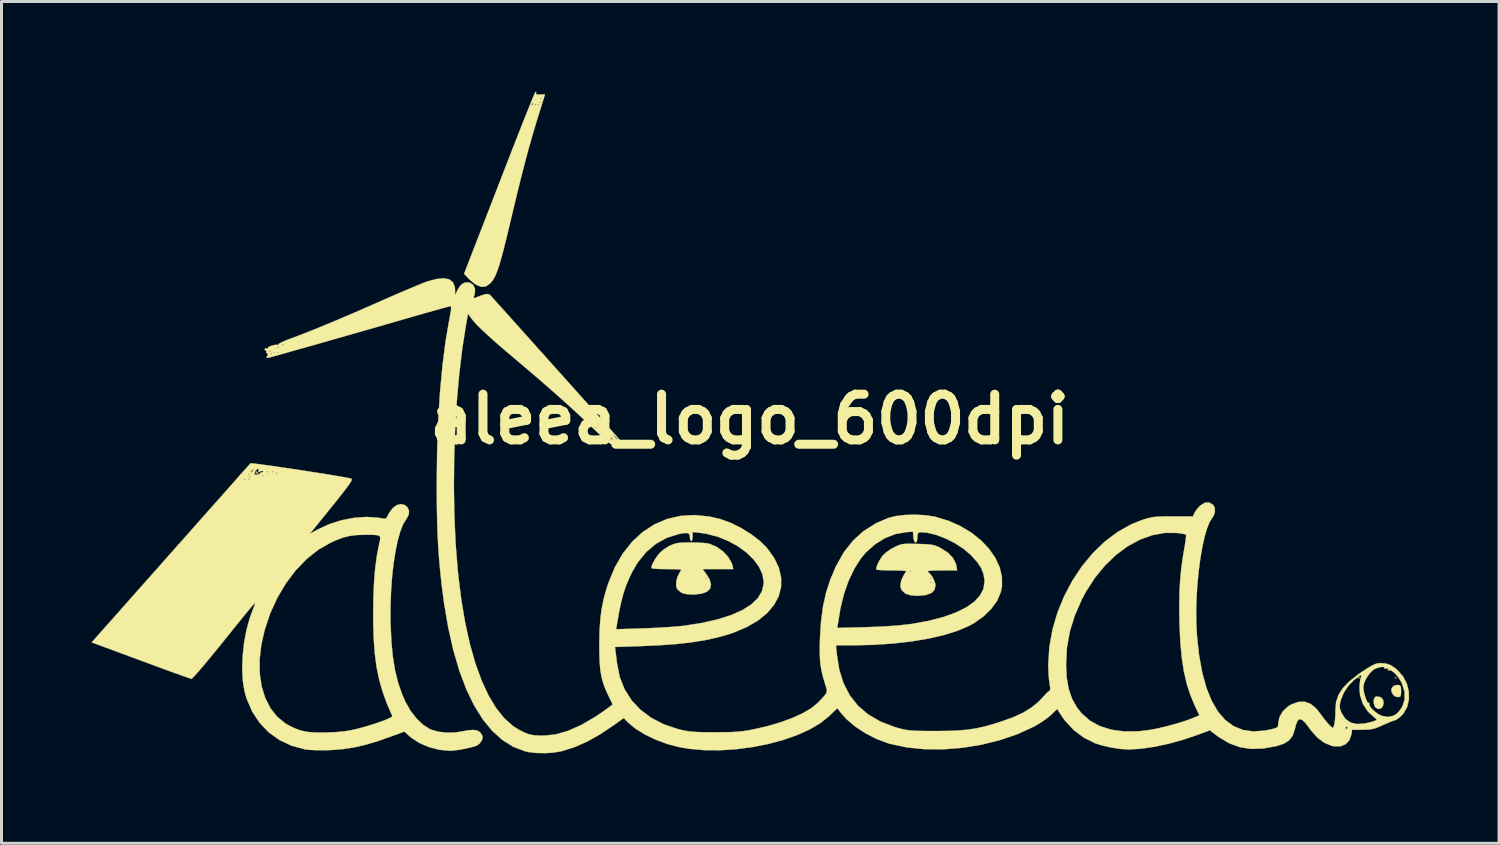
<source format=kicad_pcb>
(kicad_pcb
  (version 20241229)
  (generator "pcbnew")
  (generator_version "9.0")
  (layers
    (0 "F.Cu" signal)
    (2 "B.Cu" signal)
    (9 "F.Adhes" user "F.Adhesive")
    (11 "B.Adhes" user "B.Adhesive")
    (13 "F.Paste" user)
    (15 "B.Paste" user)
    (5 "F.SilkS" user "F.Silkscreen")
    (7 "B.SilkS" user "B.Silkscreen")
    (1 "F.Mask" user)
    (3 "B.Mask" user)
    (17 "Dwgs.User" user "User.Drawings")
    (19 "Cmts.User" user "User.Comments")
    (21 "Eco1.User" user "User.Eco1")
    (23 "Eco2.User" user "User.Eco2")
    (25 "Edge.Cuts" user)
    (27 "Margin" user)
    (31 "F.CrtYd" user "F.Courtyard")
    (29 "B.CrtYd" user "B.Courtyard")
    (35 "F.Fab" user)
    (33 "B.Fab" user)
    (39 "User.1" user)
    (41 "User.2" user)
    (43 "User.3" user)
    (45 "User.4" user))
  (footprint "aleea_logo_600dpi"
    (layer "F.Cu")
    (at 21.935 10.92)
    (property "Reference" "aleea_logo_600dpi" (at 0 0 0) (layer "F.SilkS") (effects (font (size 1.524 1.524) (thickness 0.3))))
    (attr through_hole)
    (fp_poly (pts (xy 20.32 8.615) (xy 20.299 8.636) (xy 20.278 8.615) (xy 20.299 8.594) (xy 20.32 8.615)) (stroke (width 0.01) (type solid)) (fill yes) (layer "F.SilkS"))
    (fp_poly (pts (xy 21.548 8.615) (xy 21.526 8.636) (xy 21.505 8.615) (xy 21.526 8.594) (xy 21.548 8.615)) (stroke (width 0.01) (type solid)) (fill yes) (layer "F.SilkS"))
    (fp_poly (pts (xy -16.432 1.753) (xy -16.387 1.792) (xy -16.383 1.802) (xy -16.403 1.819) (xy -16.445 1.78) (xy -16.451 1.771) (xy -16.456 1.742) (xy -16.432 1.753)) (stroke (width 0.01) (type solid)) (fill yes) (layer "F.SilkS"))
    (fp_poly (pts (xy 21.022 9.26) (xy 21.103 9.345) (xy 21.124 9.458) (xy 21.096 9.574) (xy 21.026 9.643) (xy 20.937 9.656) (xy 20.854 9.606) (xy 20.829 9.569) (xy 20.792 9.452) (xy 20.797 9.34) (xy 20.839 9.26) (xy 20.885 9.239) (xy 21.022 9.26)) (stroke (width 0.01) (type solid)) (fill yes) (layer "F.SilkS"))
    (fp_poly (pts (xy 21.599 8.856) (xy 21.665 8.87) (xy 21.696 8.913) (xy 21.705 9.008) (xy 21.706 9.059) (xy 21.701 9.18) (xy 21.678 9.239) (xy 21.627 9.26) (xy 21.611 9.261) (xy 21.509 9.238) (xy 21.448 9.193) (xy 21.383 9.076) (xy 21.39 8.966) (xy 21.458 8.886) (xy 21.577 8.855) (xy 21.599 8.856)) (stroke (width 0.01) (type solid)) (fill yes) (layer "F.SilkS"))
    (fp_poly (pts (xy -1.761 4.111) (xy -1.57 4.121) (xy -1.421 4.136) (xy -1.353 4.148) (xy -1.116 4.247) (xy -0.9 4.397) (xy -0.724 4.582) (xy -0.605 4.785) (xy -0.575 4.879) (xy -0.549 4.995) (xy -1.571 4.995) (xy -1.463 5.137) (xy -1.338 5.338) (xy -1.292 5.509) (xy -1.322 5.647) (xy -1.428 5.751) (xy -1.609 5.816) (xy -1.861 5.842) (xy -1.893 5.842) (xy -2.1 5.831) (xy -2.24 5.796) (xy -2.287 5.77) (xy -2.373 5.704) (xy -2.423 5.654) (xy -2.453 5.552) (xy -2.448 5.41) (xy -2.424 5.313) (xy -1.482 5.313) (xy -1.46 5.334) (xy -1.439 5.313) (xy -1.46 5.292) (xy -1.482 5.313) (xy -2.424 5.313) (xy -2.411 5.262) (xy -2.371 5.174) (xy -2.316 5.08) (xy -2.287 5.021) (xy -2.286 5.015) (xy -2.326 5.008) (xy -2.433 5.001) (xy -2.592 4.997) (xy -2.77 4.995) (xy -2.964 4.993) (xy -3.124 4.986) (xy -3.234 4.975) (xy -3.274 4.963) (xy -3.271 4.901) (xy -3.227 4.794) (xy -3.154 4.665) (xy -3.066 4.537) (xy -2.994 4.451) (xy -2.872 4.347) (xy -2.718 4.245) (xy -2.646 4.207) (xy -2.537 4.161) (xy -2.43 4.132) (xy -2.3 4.115) (xy -2.125 4.108) (xy -1.968 4.107) (xy -1.761 4.111)) (stroke (width 0.01) (type solid)) (fill yes) (layer "F.SilkS"))
    (fp_poly (pts (xy 5.597 4.156) (xy 5.823 4.163) (xy 5.986 4.174) (xy 6.107 4.192) (xy 6.208 4.222) (xy 6.309 4.266) (xy 6.37 4.297) (xy 6.602 4.447) (xy 6.772 4.624) (xy 6.871 4.817) (xy 6.886 4.882) (xy 6.911 5.038) (xy 6.387 5.039) (xy 6.155 5.042) (xy 6.004 5.05) (xy 5.932 5.064) (xy 5.934 5.082) (xy 6.025 5.168) (xy 6.112 5.302) (xy 6.173 5.448) (xy 6.19 5.541) (xy 6.158 5.687) (xy 6.051 5.793) (xy 5.87 5.859) (xy 5.615 5.884) (xy 5.575 5.884) (xy 5.361 5.868) (xy 5.206 5.818) (xy 5.181 5.804) (xy 5.063 5.698) (xy 5.018 5.565) (xy 5.037 5.44) (xy 6.011 5.44) (xy 6.032 5.461) (xy 6.054 5.44) (xy 6.032 5.419) (xy 6.011 5.44) (xy 5.037 5.44) (xy 5.044 5.396) (xy 5.076 5.313) (xy 6.011 5.313) (xy 6.032 5.334) (xy 6.054 5.313) (xy 6.032 5.292) (xy 6.011 5.313) (xy 5.076 5.313) (xy 5.08 5.302) (xy 5.141 5.182) (xy 5.196 5.095) (xy 5.219 5.072) (xy 5.2 5.059) (xy 5.198 5.059) (xy 5.334 5.059) (xy 5.355 5.08) (xy 5.376 5.059) (xy 5.355 5.038) (xy 5.334 5.059) (xy 5.198 5.059) (xy 5.11 5.049) (xy 4.964 5.041) (xy 4.776 5.038) (xy 4.759 5.038) (xy 4.559 5.036) (xy 4.391 5.03) (xy 4.273 5.022) (xy 4.221 5.011) (xy 4.221 5.011) (xy 4.217 4.954) (xy 4.252 4.849) (xy 4.317 4.719) (xy 4.401 4.586) (xy 4.426 4.551) (xy 4.535 4.445) (xy 4.691 4.336) (xy 4.805 4.272) (xy 4.919 4.218) (xy 5.013 4.182) (xy 5.108 4.16) (xy 5.224 4.151) (xy 5.384 4.151) (xy 5.597 4.156)) (stroke (width 0.01) (type solid)) (fill yes) (layer "F.SilkS"))
    (fp_poly (pts (xy -7.122 -10.878) (xy -7.121 -10.835) (xy -7.064 -10.819) (xy -6.984 -10.819) (xy -6.823 -10.826) (xy -6.877 -10.652) (xy -6.911 -10.541) (xy -6.963 -10.374) (xy -7.026 -10.173) (xy -7.083 -9.991) (xy -7.237 -9.478) (xy -7.398 -8.905) (xy -7.566 -8.268) (xy -7.743 -7.559) (xy -7.916 -6.837) (xy -8.03 -6.359) (xy -8.127 -5.957) (xy -8.212 -5.622) (xy -8.285 -5.347) (xy -8.35 -5.126) (xy -8.41 -4.949) (xy -8.465 -4.81) (xy -8.519 -4.701) (xy -8.574 -4.615) (xy -8.633 -4.544) (xy -8.657 -4.519) (xy -8.799 -4.424) (xy -8.953 -4.412) (xy -9.122 -4.482) (xy -9.123 -4.482) (xy -9.234 -4.565) (xy -9.355 -4.674) (xy -9.385 -4.704) (xy -9.519 -4.847) (xy -9.265 -5.503) (xy -9.202 -5.666) (xy -9.112 -5.898) (xy -8.999 -6.189) (xy -8.866 -6.531) (xy -8.718 -6.913) (xy -8.558 -7.325) (xy -8.39 -7.759) (xy -8.218 -8.204) (xy -8.099 -8.509) (xy -7.935 -8.933) (xy -7.778 -9.334) (xy -7.632 -9.705) (xy -7.5 -10.039) (xy -7.384 -10.328) (xy -7.331 -10.459) (xy -7.271 -10.459) (xy -7.265 -10.456) (xy -7.238 -10.477) (xy -7.154 -10.477) (xy -7.133 -10.456) (xy -7.112 -10.477) (xy -7.07 -10.477) (xy -7.048 -10.456) (xy -7.027 -10.477) (xy -7.048 -10.499) (xy -7.07 -10.477) (xy -7.112 -10.477) (xy -7.133 -10.499) (xy -7.154 -10.477) (xy -7.238 -10.477) (xy -7.227 -10.486) (xy -7.218 -10.499) (xy -7.207 -10.538) (xy -7.213 -10.541) (xy -7.251 -10.511) (xy -7.26 -10.499) (xy -7.271 -10.459) (xy -7.331 -10.459) (xy -7.289 -10.562) (xy -6.985 -10.562) (xy -6.964 -10.541) (xy -6.943 -10.562) (xy -6.964 -10.583) (xy -6.985 -10.562) (xy -7.289 -10.562) (xy -7.288 -10.566) (xy -7.237 -10.689) (xy -6.985 -10.689) (xy -6.964 -10.668) (xy -6.943 -10.689) (xy -6.964 -10.71) (xy -6.985 -10.689) (xy -7.237 -10.689) (xy -7.214 -10.745) (xy -7.165 -10.859) (xy -7.144 -10.901) (xy -7.115 -10.915) (xy -7.122 -10.878)) (stroke (width 0.01) (type solid)) (fill yes) (layer "F.SilkS"))
    (fp_poly (pts (xy -16.594 1.471) (xy -16.476 1.483) (xy -16.296 1.506) (xy -16.065 1.537) (xy -15.794 1.575) (xy -15.494 1.619) (xy -15.176 1.666) (xy -14.85 1.716) (xy -14.528 1.766) (xy -14.221 1.814) (xy -13.938 1.86) (xy -13.693 1.901) (xy -13.494 1.936) (xy -13.353 1.963) (xy -13.281 1.981) (xy -13.279 1.981) (xy -13.263 1.999) (xy -13.269 2.036) (xy -13.301 2.099) (xy -13.366 2.195) (xy -13.467 2.331) (xy -13.609 2.514) (xy -13.798 2.752) (xy -13.931 2.917) (xy -14.66 3.821) (xy -14.389 3.67) (xy -14.015 3.497) (xy -13.604 3.367) (xy -13.18 3.285) (xy -12.764 3.256) (xy -12.381 3.283) (xy -12.332 3.291) (xy -12.204 3.313) (xy -12.133 3.31) (xy -12.093 3.277) (xy -12.062 3.209) (xy -11.997 3.095) (xy -11.907 2.976) (xy -11.894 2.961) (xy -11.76 2.861) (xy -11.625 2.83) (xy -11.504 2.857) (xy -11.41 2.93) (xy -11.357 3.038) (xy -11.36 3.169) (xy -11.431 3.312) (xy -11.447 3.332) (xy -11.551 3.5) (xy -11.647 3.744) (xy -11.733 4.053) (xy -11.809 4.418) (xy -11.872 4.829) (xy -11.921 5.278) (xy -11.954 5.754) (xy -11.972 6.248) (xy -11.971 6.751) (xy -11.969 6.829) (xy -11.942 7.411) (xy -11.893 7.923) (xy -11.818 8.377) (xy -11.717 8.787) (xy -11.586 9.164) (xy -11.47 9.428) (xy -11.302 9.721) (xy -11.1 9.979) (xy -10.88 10.187) (xy -10.656 10.329) (xy -10.639 10.337) (xy -10.397 10.411) (xy -10.11 10.446) (xy -9.813 10.439) (xy -9.631 10.412) (xy -9.391 10.368) (xy -9.217 10.354) (xy -9.093 10.37) (xy -9.005 10.418) (xy -8.963 10.464) (xy -8.907 10.556) (xy -8.906 10.636) (xy -8.93 10.704) (xy -9.002 10.809) (xy -9.095 10.876) (xy -9.244 10.924) (xy -9.444 10.972) (xy -9.662 11.013) (xy -9.864 11.04) (xy -9.995 11.048) (xy -10.343 11.017) (xy -10.692 10.926) (xy -11.016 10.786) (xy -11.292 10.604) (xy -11.338 10.564) (xy -11.51 10.409) (xy -11.904 10.555) (xy -12.377 10.722) (xy -12.799 10.848) (xy -13.189 10.938) (xy -13.566 10.995) (xy -13.951 11.025) (xy -14.055 11.029) (xy -14.283 11.032) (xy -14.503 11.028) (xy -14.689 11.018) (xy -14.806 11.005) (xy -15.261 10.883) (xy -15.671 10.692) (xy -16.031 10.434) (xy -16.336 10.115) (xy -16.583 9.738) (xy -16.768 9.308) (xy -16.834 9.079) (xy -16.892 8.732) (xy -16.913 8.332) (xy -16.903 8.013) (xy -16.334 8.013) (xy -16.329 8.476) (xy -16.266 8.905) (xy -16.146 9.292) (xy -15.973 9.631) (xy -15.748 9.915) (xy -15.473 10.138) (xy -15.376 10.194) (xy -15.17 10.296) (xy -14.981 10.368) (xy -14.788 10.413) (xy -14.569 10.437) (xy -14.302 10.443) (xy -14.076 10.439) (xy -13.771 10.426) (xy -13.52 10.403) (xy -13.294 10.367) (xy -13.063 10.313) (xy -13.06 10.313) (xy -12.793 10.24) (xy -12.542 10.163) (xy -12.317 10.088) (xy -12.13 10.017) (xy -11.995 9.957) (xy -11.921 9.91) (xy -11.913 9.889) (xy -12.093 9.472) (xy -12.238 9.071) (xy -12.351 8.671) (xy -12.436 8.257) (xy -12.495 7.814) (xy -12.531 7.325) (xy -12.547 6.775) (xy -12.548 6.498) (xy -12.541 5.919) (xy -12.519 5.411) (xy -12.481 4.961) (xy -12.427 4.555) (xy -12.354 4.182) (xy -12.345 4.14) (xy -12.319 4.021) (xy -12.313 3.94) (xy -12.341 3.891) (xy -12.413 3.864) (xy -12.543 3.854) (xy -12.742 3.852) (xy -12.812 3.852) (xy -13.099 3.86) (xy -13.339 3.89) (xy -13.565 3.948) (xy -13.81 4.043) (xy -13.949 4.105) (xy -14.369 4.343) (xy -14.764 4.656) (xy -15.129 5.034) (xy -15.457 5.469) (xy -15.744 5.952) (xy -15.982 6.474) (xy -16.166 7.027) (xy -16.278 7.523) (xy -16.334 8.013) (xy -16.903 8.013) (xy -16.899 7.9) (xy -16.852 7.458) (xy -16.773 7.029) (xy -16.664 6.633) (xy -16.616 6.498) (xy -16.56 6.351) (xy -16.512 6.225) (xy -16.488 6.16) (xy -16.481 6.136) (xy -16.487 6.13) (xy -16.51 6.148) (xy -16.554 6.195) (xy -16.624 6.275) (xy -16.723 6.393) (xy -16.856 6.555) (xy -17.027 6.765) (xy -17.24 7.029) (xy -17.5 7.352) (xy -17.646 7.534) (xy -17.861 7.799) (xy -18.061 8.042) (xy -18.239 8.254) (xy -18.39 8.429) (xy -18.506 8.558) (xy -18.581 8.634) (xy -18.606 8.652) (xy -18.657 8.636) (xy -18.778 8.594) (xy -18.962 8.529) (xy -19.199 8.444) (xy -19.481 8.342) (xy -19.798 8.225) (xy -20.143 8.098) (xy -20.297 8.041) (xy -21.93 7.436) (xy -21.851 7.348) (xy -21.815 7.308) (xy -21.728 7.21) (xy -21.595 7.059) (xy -21.419 6.862) (xy -21.207 6.623) (xy -20.964 6.348) (xy -20.693 6.043) (xy -20.4 5.712) (xy -20.089 5.362) (xy -19.766 4.998) (xy -19.436 4.625) (xy -19.103 4.25) (xy -18.771 3.876) (xy -18.447 3.51) (xy -18.135 3.158) (xy -17.839 2.824) (xy -17.564 2.515) (xy -17.316 2.235) (xy -17.118 2.011) (xy -16.849 2.011) (xy -16.828 2.032) (xy -16.806 2.011) (xy -16.722 2.011) (xy -16.701 2.032) (xy -16.679 2.011) (xy -16.701 1.99) (xy -16.722 2.011) (xy -16.806 2.011) (xy -16.828 1.99) (xy -16.849 2.011) (xy -17.118 2.011) (xy -17.099 1.99) (xy -17.043 1.926) (xy -16.679 1.926) (xy -16.658 1.947) (xy -16.637 1.926) (xy -16.658 1.905) (xy -16.679 1.926) (xy -17.043 1.926) (xy -17.005 1.884) (xy -16.256 1.884) (xy -16.235 1.905) (xy -16.214 1.884) (xy -16.235 1.863) (xy -16.256 1.884) (xy -17.005 1.884) (xy -16.968 1.841) (xy -16.722 1.841) (xy -16.701 1.863) (xy -16.679 1.842) (xy -16.52 1.842) (xy -16.456 1.849) (xy -16.434 1.848) (xy -16.351 1.835) (xy -16.325 1.812) (xy -16.326 1.81) (xy -16.319 1.799) (xy -15.79 1.799) (xy -15.769 1.82) (xy -15.748 1.799) (xy -15.769 1.778) (xy -15.79 1.799) (xy -16.319 1.799) (xy -16.31 1.782) (xy -16.28 1.778) (xy -16.226 1.757) (xy -16.087 1.757) (xy -16.066 1.778) (xy -16.044 1.757) (xy -15.917 1.757) (xy -15.896 1.778) (xy -15.875 1.757) (xy -15.896 1.736) (xy -15.917 1.757) (xy -16.044 1.757) (xy -16.066 1.736) (xy -16.087 1.757) (xy -16.226 1.757) (xy -16.222 1.755) (xy -16.214 1.734) (xy -16.244 1.715) (xy -16.305 1.739) (xy -16.369 1.767) (xy -16.378 1.744) (xy -16.37 1.719) (xy -16.364 1.662) (xy -16.379 1.651) (xy -16.426 1.673) (xy -16.472 1.721) (xy -16.495 1.766) (xy -16.483 1.779) (xy -16.479 1.796) (xy -16.505 1.816) (xy -16.52 1.842) (xy -16.679 1.842) (xy -16.679 1.841) (xy -16.701 1.82) (xy -16.722 1.841) (xy -16.968 1.841) (xy -16.918 1.786) (xy -16.897 1.762) (xy -16.637 1.762) (xy -16.616 1.775) (xy -16.56 1.72) (xy -16.547 1.704) (xy -16.51 1.654) (xy -16.532 1.664) (xy -16.563 1.688) (xy -16.622 1.74) (xy -16.637 1.762) (xy -16.897 1.762) (xy -16.778 1.628) (xy -16.684 1.522) (xy -16.641 1.472) (xy -16.639 1.471) (xy -16.594 1.471)) (stroke (width 0.01) (type solid)) (fill yes) (layer "F.SilkS"))
    (fp_poly (pts (xy -10.013 -4.659) (xy -9.891 -4.564) (xy -9.829 -4.409) (xy -9.82 -4.309) (xy -9.819 -4.128) (xy -9.738 -4.307) (xy -9.634 -4.468) (xy -9.505 -4.552) (xy -9.358 -4.557) (xy -9.323 -4.547) (xy -9.211 -4.468) (xy -9.155 -4.34) (xy -9.162 -4.186) (xy -9.175 -4.143) (xy -9.203 -4.058) (xy -9.193 -4.032) (xy -9.152 -4.044) (xy -8.959 -4.119) (xy -8.826 -4.162) (xy -8.738 -4.173) (xy -8.677 -4.155) (xy -8.637 -4.122) (xy -8.598 -4.079) (xy -8.508 -3.979) (xy -8.373 -3.828) (xy -8.197 -3.633) (xy -7.987 -3.398) (xy -7.747 -3.131) (xy -7.484 -2.837) (xy -7.203 -2.523) (xy -6.908 -2.195) (xy -6.607 -1.858) (xy -6.303 -1.519) (xy -6.003 -1.184) (xy -5.712 -0.859) (xy -5.436 -0.55) (xy -5.179 -0.263) (xy -4.948 -0.004) (xy -4.748 0.22) (xy -4.584 0.404) (xy -4.461 0.541) (xy -4.386 0.625) (xy -4.366 0.649) (xy -4.33 0.702) (xy -4.34 0.714) (xy -4.415 0.717) (xy -4.503 0.747) (xy -4.564 0.789) (xy -4.572 0.807) (xy -4.581 0.837) (xy -4.612 0.836) (xy -4.671 0.8) (xy -4.767 0.723) (xy -4.851 0.647) (xy -4.735 0.647) (xy -4.724 0.671) (xy -4.682 0.716) (xy -4.657 0.707) (xy -4.657 0.701) (xy -4.659 0.699) (xy -4.53 0.699) (xy -4.508 0.72) (xy -4.487 0.699) (xy -4.508 0.677) (xy -4.53 0.699) (xy -4.659 0.699) (xy -4.687 0.665) (xy -4.706 0.652) (xy -4.735 0.647) (xy -4.851 0.647) (xy -4.898 0.605) (xy -4.65 0.605) (xy -4.64 0.628) (xy -4.597 0.674) (xy -4.572 0.665) (xy -4.572 0.659) (xy -4.602 0.623) (xy -4.621 0.61) (xy -4.65 0.605) (xy -4.898 0.605) (xy -4.904 0.599) (xy -4.989 0.52) (xy -4.819 0.52) (xy -4.809 0.544) (xy -4.766 0.589) (xy -4.742 0.58) (xy -4.741 0.574) (xy -4.771 0.538) (xy -4.79 0.525) (xy -4.819 0.52) (xy -4.989 0.52) (xy -5.024 0.487) (xy -4.593 0.487) (xy -4.513 0.582) (xy -4.437 0.662) (xy -4.405 0.674) (xy -4.403 0.663) (xy -4.431 0.628) (xy -4.498 0.567) (xy -4.593 0.487) (xy -5.024 0.487) (xy -5.069 0.445) (xy -4.995 0.445) (xy -4.974 0.466) (xy -4.953 0.445) (xy -4.741 0.445) (xy -4.72 0.466) (xy -4.699 0.445) (xy -4.72 0.423) (xy -4.741 0.445) (xy -4.953 0.445) (xy -4.974 0.423) (xy -4.995 0.445) (xy -5.069 0.445) (xy -5.09 0.425) (xy -5.236 0.286) (xy -5.247 0.275) (xy -5.165 0.275) (xy -5.144 0.296) (xy -5.122 0.275) (xy -5.144 0.254) (xy -5.165 0.275) (xy -5.247 0.275) (xy -5.648 -0.103) (xy -6.069 -0.49) (xy -6.513 -0.887) (xy -6.994 -1.307) (xy -7.525 -1.76) (xy -7.747 -1.947) (xy -8.13 -2.272) (xy -8.451 -2.549) (xy -8.714 -2.784) (xy -8.925 -2.98) (xy -9.089 -3.143) (xy -9.211 -3.277) (xy -9.272 -3.355) (xy -9.389 -3.514) (xy -9.456 -3.143) (xy -9.581 -2.348) (xy -9.683 -1.487) (xy -9.763 -0.576) (xy -9.819 0.368) (xy -9.851 1.33) (xy -9.859 2.293) (xy -9.842 3.241) (xy -9.8 4.159) (xy -9.731 5.03) (xy -9.713 5.207) (xy -9.609 6.04) (xy -9.478 6.809) (xy -9.321 7.512) (xy -9.14 8.147) (xy -8.934 8.711) (xy -8.706 9.204) (xy -8.455 9.622) (xy -8.182 9.963) (xy -7.889 10.225) (xy -7.676 10.359) (xy -7.497 10.447) (xy -7.345 10.502) (xy -7.19 10.532) (xy -7.001 10.544) (xy -6.853 10.545) (xy -6.472 10.505) (xy -6.061 10.388) (xy -5.62 10.192) (xy -5.151 9.92) (xy -4.904 9.753) (xy -4.761 9.651) (xy -4.65 9.569) (xy -4.584 9.517) (xy -4.572 9.505) (xy -4.589 9.463) (xy -4.635 9.367) (xy -4.698 9.238) (xy -4.804 9.009) (xy -4.884 8.795) (xy -4.942 8.579) (xy -4.981 8.342) (xy -5.003 8.067) (xy -5.013 7.737) (xy -5.013 7.493) (xy -5.005 7.046) (xy -5.002 6.999) (xy -4.451 6.999) (xy -3.549 6.97) (xy -3.243 6.958) (xy -2.932 6.942) (xy -2.638 6.923) (xy -2.382 6.903) (xy -2.188 6.883) (xy -2.18 6.882) (xy -1.586 6.788) (xy -1.065 6.669) (xy -0.617 6.527) (xy -0.245 6.361) (xy 0.051 6.173) (xy 0.269 5.963) (xy 0.407 5.732) (xy 0.464 5.481) (xy 0.466 5.429) (xy 0.425 5.173) (xy 0.309 4.918) (xy 0.127 4.672) (xy -0.111 4.441) (xy -0.396 4.233) (xy -0.72 4.055) (xy -1.072 3.915) (xy -1.444 3.819) (xy -1.64 3.789) (xy -1.905 3.759) (xy -1.905 3.912) (xy -1.915 4.011) (xy -1.941 4.062) (xy -1.947 4.064) (xy -1.981 4.028) (xy -1.99 3.969) (xy -2 3.866) (xy -2.036 3.809) (xy -2.114 3.79) (xy -2.249 3.805) (xy -2.364 3.827) (xy -2.762 3.952) (xy -3.125 4.152) (xy -3.447 4.424) (xy -3.725 4.763) (xy -3.905 5.066) (xy -4.026 5.318) (xy -4.127 5.561) (xy -4.211 5.812) (xy -4.284 6.09) (xy -4.352 6.414) (xy -4.42 6.803) (xy -4.425 6.833) (xy -4.451 6.999) (xy -5.002 6.999) (xy -4.979 6.66) (xy -4.935 6.313) (xy -4.867 5.983) (xy -4.773 5.649) (xy -4.712 5.461) (xy -4.497 4.938) (xy -4.232 4.479) (xy -3.922 4.086) (xy -3.572 3.762) (xy -3.183 3.509) (xy -2.761 3.328) (xy -2.31 3.222) (xy -1.833 3.194) (xy -1.333 3.245) (xy -0.983 3.327) (xy -0.644 3.449) (xy -0.296 3.62) (xy 0.038 3.827) (xy 0.335 4.053) (xy 0.569 4.285) (xy 0.811 4.617) (xy 0.969 4.948) (xy 1.046 5.275) (xy 1.044 5.594) (xy 0.964 5.901) (xy 0.808 6.191) (xy 0.578 6.462) (xy 0.276 6.708) (xy -0.098 6.926) (xy -0.54 7.113) (xy -0.7 7.167) (xy -1.088 7.276) (xy -1.503 7.366) (xy -1.957 7.438) (xy -2.462 7.494) (xy -3.029 7.535) (xy -3.614 7.561) (xy -4.493 7.591) (xy -4.471 7.743) (xy -4.454 7.873) (xy -4.434 8.041) (xy -4.422 8.142) (xy -4.334 8.59) (xy -4.172 8.998) (xy -3.94 9.364) (xy -3.641 9.684) (xy -3.279 9.954) (xy -2.856 10.171) (xy -2.376 10.331) (xy -2.349 10.337) (xy -2.198 10.372) (xy -2.055 10.398) (xy -1.902 10.415) (xy -1.72 10.426) (xy -1.492 10.431) (xy -1.2 10.433) (xy -1.164 10.433) (xy -0.849 10.431) (xy -0.598 10.425) (xy -0.389 10.413) (xy -0.202 10.393) (xy -0.016 10.363) (xy 0.12 10.337) (xy 0.593 10.228) (xy 1.034 10.098) (xy 1.431 9.952) (xy 1.775 9.794) (xy 2.055 9.628) (xy 2.26 9.459) (xy 2.265 9.455) (xy 2.408 9.306) (xy 2.502 9.201) (xy 2.553 9.122) (xy 2.569 9.05) (xy 2.556 8.967) (xy 2.521 8.854) (xy 2.507 8.81) (xy 2.435 8.565) (xy 2.384 8.345) (xy 2.351 8.125) (xy 2.335 7.886) (xy 2.333 7.604) (xy 2.341 7.289) (xy 2.362 6.955) (xy 2.915 6.955) (xy 3.881 6.93) (xy 4.429 6.909) (xy 4.909 6.877) (xy 5.313 6.833) (xy 5.416 6.819) (xy 5.968 6.718) (xy 6.452 6.592) (xy 6.868 6.443) (xy 7.212 6.273) (xy 7.482 6.083) (xy 7.675 5.873) (xy 7.791 5.647) (xy 7.825 5.404) (xy 7.823 5.358) (xy 7.786 5.145) (xy 7.706 4.949) (xy 7.574 4.753) (xy 7.378 4.536) (xy 7.368 4.526) (xy 7.128 4.321) (xy 6.842 4.134) (xy 6.531 3.976) (xy 6.217 3.856) (xy 5.92 3.784) (xy 5.727 3.768) (xy 5.638 3.773) (xy 5.598 3.807) (xy 5.588 3.892) (xy 5.588 3.937) (xy 5.573 4.063) (xy 5.536 4.114) (xy 5.494 4.09) (xy 5.461 3.992) (xy 5.453 3.928) (xy 5.44 3.749) (xy 5.228 3.762) (xy 4.862 3.825) (xy 4.503 3.965) (xy 4.167 4.174) (xy 3.866 4.445) (xy 3.71 4.63) (xy 3.49 4.973) (xy 3.297 5.378) (xy 3.14 5.822) (xy 3.027 6.283) (xy 3.007 6.392) (xy 2.98 6.562) (xy 2.954 6.72) (xy 2.939 6.811) (xy 2.915 6.955) (xy 2.362 6.955) (xy 2.376 6.736) (xy 2.441 6.245) (xy 2.54 5.793) (xy 2.678 5.362) (xy 2.86 4.93) (xy 2.879 4.889) (xy 3.136 4.433) (xy 3.441 4.047) (xy 3.795 3.726) (xy 4.204 3.469) (xy 4.613 3.292) (xy 4.867 3.228) (xy 5.174 3.191) (xy 5.509 3.181) (xy 5.844 3.199) (xy 6.153 3.245) (xy 6.202 3.257) (xy 6.635 3.389) (xy 7.034 3.568) (xy 7.395 3.788) (xy 7.71 4.04) (xy 7.974 4.319) (xy 8.182 4.618) (xy 8.327 4.93) (xy 8.404 5.247) (xy 8.407 5.564) (xy 8.366 5.766) (xy 8.243 6.049) (xy 8.046 6.322) (xy 7.785 6.575) (xy 7.472 6.797) (xy 7.308 6.887) (xy 6.931 7.049) (xy 6.481 7.189) (xy 5.967 7.309) (xy 5.399 7.404) (xy 4.786 7.475) (xy 4.138 7.519) (xy 3.464 7.535) (xy 3.437 7.535) (xy 2.874 7.535) (xy 2.903 7.842) (xy 2.985 8.354) (xy 3.129 8.808) (xy 3.336 9.205) (xy 3.606 9.547) (xy 3.941 9.834) (xy 4.342 10.069) (xy 4.81 10.251) (xy 4.956 10.294) (xy 5.084 10.327) (xy 5.203 10.352) (xy 5.329 10.369) (xy 5.477 10.381) (xy 5.663 10.387) (xy 5.903 10.39) (xy 6.211 10.391) (xy 6.223 10.391) (xy 6.63 10.386) (xy 6.973 10.372) (xy 7.274 10.344) (xy 7.554 10.301) (xy 7.833 10.238) (xy 8.134 10.154) (xy 8.377 10.077) (xy 8.775 9.934) (xy 9.104 9.783) (xy 9.381 9.614) (xy 9.622 9.418) (xy 9.843 9.184) (xy 9.869 9.153) (xy 9.94 9.083) (xy 9.986 9.054) (xy 10.012 9.018) (xy 10.01 8.926) (xy 9.992 8.81) (xy 9.972 8.662) (xy 9.957 8.464) (xy 9.949 8.251) (xy 9.949 8.175) (xy 9.949 8.16) (xy 10.541 8.16) (xy 10.562 8.605) (xy 10.628 8.988) (xy 10.742 9.319) (xy 10.907 9.611) (xy 11.061 9.803) (xy 11.336 10.045) (xy 11.667 10.227) (xy 12.05 10.347) (xy 12.48 10.405) (xy 12.953 10.4) (xy 13.361 10.35) (xy 13.623 10.298) (xy 13.917 10.227) (xy 14.217 10.145) (xy 14.494 10.059) (xy 14.724 9.978) (xy 14.784 9.953) (xy 14.984 9.868) (xy 14.838 9.559) (xy 14.686 9.198) (xy 14.564 8.821) (xy 14.469 8.413) (xy 14.399 7.963) (xy 14.351 7.458) (xy 14.324 6.885) (xy 14.32 6.746) (xy 14.314 6.232) (xy 14.321 5.779) (xy 14.343 5.367) (xy 14.381 4.971) (xy 14.437 4.571) (xy 14.48 4.321) (xy 14.511 4.137) (xy 14.532 3.985) (xy 14.542 3.883) (xy 14.54 3.85) (xy 14.491 3.83) (xy 14.383 3.809) (xy 14.255 3.791) (xy 13.834 3.788) (xy 13.412 3.865) (xy 12.994 4.016) (xy 12.587 4.239) (xy 12.198 4.528) (xy 11.834 4.88) (xy 11.5 5.288) (xy 11.203 5.75) (xy 11.071 5.997) (xy 10.832 6.542) (xy 10.667 7.074) (xy 10.571 7.609) (xy 10.541 8.16) (xy 9.949 8.16) (xy 9.984 7.593) (xy 10.087 7.015) (xy 10.252 6.45) (xy 10.475 5.904) (xy 10.748 5.386) (xy 11.068 4.905) (xy 11.429 4.468) (xy 11.826 4.083) (xy 12.254 3.76) (xy 12.706 3.505) (xy 13.067 3.361) (xy 13.217 3.314) (xy 13.344 3.281) (xy 13.469 3.259) (xy 13.613 3.246) (xy 13.796 3.24) (xy 14.039 3.239) (xy 14.107 3.239) (xy 14.773 3.239) (xy 14.821 3.122) (xy 14.884 3.021) (xy 14.981 2.909) (xy 15.018 2.875) (xy 15.167 2.783) (xy 15.308 2.774) (xy 15.439 2.85) (xy 15.448 2.858) (xy 15.499 2.96) (xy 15.501 3.095) (xy 15.456 3.225) (xy 15.423 3.271) (xy 15.328 3.419) (xy 15.238 3.642) (xy 15.155 3.927) (xy 15.081 4.266) (xy 15.015 4.646) (xy 14.961 5.058) (xy 14.919 5.491) (xy 14.891 5.933) (xy 14.878 6.376) (xy 14.882 6.807) (xy 14.902 7.197) (xy 14.973 7.858) (xy 15.079 8.444) (xy 15.219 8.954) (xy 15.395 9.387) (xy 15.604 9.745) (xy 15.848 10.025) (xy 16.127 10.229) (xy 16.439 10.356) (xy 16.785 10.405) (xy 17.165 10.377) (xy 17.287 10.353) (xy 17.449 10.316) (xy 17.545 10.286) (xy 17.593 10.252) (xy 17.609 10.203) (xy 17.611 10.143) (xy 17.651 9.932) (xy 17.764 9.735) (xy 17.939 9.572) (xy 18.037 9.511) (xy 18.274 9.422) (xy 18.492 9.414) (xy 18.694 9.488) (xy 18.882 9.645) (xy 19.014 9.814) (xy 19.114 9.952) (xy 19.221 10.085) (xy 19.322 10.197) (xy 19.399 10.269) (xy 19.434 10.287) (xy 19.854 10.287) (xy 19.869 10.328) (xy 19.873 10.329) (xy 19.909 10.3) (xy 19.918 10.287) (xy 19.914 10.248) (xy 19.899 10.245) (xy 19.856 10.275) (xy 19.854 10.287) (xy 19.434 10.287) (xy 19.461 10.248) (xy 19.486 10.146) (xy 19.506 10) (xy 19.517 9.834) (xy 19.518 9.685) (xy 19.53 9.532) (xy 19.66 9.532) (xy 19.666 9.637) (xy 19.708 9.757) (xy 19.726 9.797) (xy 19.85 9.987) (xy 20.018 10.107) (xy 20.234 10.158) (xy 20.497 10.141) (xy 20.703 10.092) (xy 20.829 10.052) (xy 20.886 10.024) (xy 20.885 9.996) (xy 20.848 9.966) (xy 20.605 9.748) (xy 20.434 9.491) (xy 20.34 9.202) (xy 20.32 8.988) (xy 20.323 8.934) (xy 20.447 8.934) (xy 20.459 9.052) (xy 20.489 9.186) (xy 20.53 9.313) (xy 20.574 9.411) (xy 20.613 9.457) (xy 20.625 9.456) (xy 20.652 9.453) (xy 20.642 9.475) (xy 20.649 9.537) (xy 20.71 9.626) (xy 20.808 9.723) (xy 20.925 9.813) (xy 21.043 9.877) (xy 21.061 9.884) (xy 21.261 9.923) (xy 21.44 9.886) (xy 21.548 9.825) (xy 21.631 9.744) (xy 21.719 9.622) (xy 21.752 9.565) (xy 21.825 9.335) (xy 21.821 9.083) (xy 21.741 8.819) (xy 21.695 8.727) (xy 21.6 8.581) (xy 21.493 8.461) (xy 21.39 8.383) (xy 21.308 8.358) (xy 21.286 8.365) (xy 21.259 8.37) (xy 21.273 8.34) (xy 21.28 8.302) (xy 21.221 8.307) (xy 21.216 8.308) (xy 21.154 8.312) (xy 21.148 8.293) (xy 21.141 8.26) (xy 21.078 8.253) (xy 20.981 8.269) (xy 20.874 8.303) (xy 20.781 8.351) (xy 20.661 8.464) (xy 20.553 8.621) (xy 20.475 8.79) (xy 20.447 8.934) (xy 20.323 8.934) (xy 20.327 8.828) (xy 20.344 8.686) (xy 20.362 8.615) (xy 20.382 8.551) (xy 20.373 8.529) (xy 20.323 8.553) (xy 20.224 8.625) (xy 20.144 8.686) (xy 19.953 8.877) (xy 19.795 9.116) (xy 19.693 9.368) (xy 19.686 9.395) (xy 19.66 9.532) (xy 19.53 9.532) (xy 19.538 9.428) (xy 19.619 9.19) (xy 19.765 8.961) (xy 19.982 8.736) (xy 20.275 8.505) (xy 20.399 8.42) (xy 20.594 8.293) (xy 20.737 8.209) (xy 20.846 8.158) (xy 20.936 8.134) (xy 21.021 8.128) (xy 21.204 8.142) (xy 21.357 8.194) (xy 21.51 8.297) (xy 21.594 8.37) (xy 21.777 8.581) (xy 21.9 8.824) (xy 21.963 9.084) (xy 21.966 9.344) (xy 21.908 9.589) (xy 21.787 9.804) (xy 21.677 9.918) (xy 21.583 9.99) (xy 21.511 10.03) (xy 21.497 10.033) (xy 21.441 10.05) (xy 21.328 10.094) (xy 21.179 10.158) (xy 21.108 10.19) (xy 20.926 10.269) (xy 20.783 10.317) (xy 20.645 10.34) (xy 20.477 10.348) (xy 20.419 10.349) (xy 20.073 10.351) (xy 20.048 10.512) (xy 19.981 10.7) (xy 19.857 10.831) (xy 19.685 10.901) (xy 19.478 10.902) (xy 19.397 10.885) (xy 19.147 10.783) (xy 18.917 10.611) (xy 18.698 10.362) (xy 18.647 10.292) (xy 18.511 10.115) (xy 18.404 10.016) (xy 18.32 9.995) (xy 18.253 10.053) (xy 18.198 10.191) (xy 18.163 10.338) (xy 18.095 10.544) (xy 17.978 10.699) (xy 17.803 10.811) (xy 17.564 10.891) (xy 17.115 10.973) (xy 16.708 10.987) (xy 16.331 10.929) (xy 15.976 10.798) (xy 15.631 10.593) (xy 15.55 10.533) (xy 15.331 10.366) (xy 14.917 10.521) (xy 14.446 10.681) (xy 13.967 10.813) (xy 13.498 10.914) (xy 13.059 10.979) (xy 12.669 11.005) (xy 12.616 11.005) (xy 12.344 10.987) (xy 12.036 10.939) (xy 11.735 10.87) (xy 11.51 10.799) (xy 11.134 10.612) (xy 10.793 10.355) (xy 10.501 10.039) (xy 10.386 9.877) (xy 10.245 9.657) (xy 10.036 9.857) (xy 9.901 9.969) (xy 9.72 10.095) (xy 9.526 10.213) (xy 9.454 10.253) (xy 8.912 10.499) (xy 8.325 10.699) (xy 7.709 10.85) (xy 7.078 10.951) (xy 6.446 11.001) (xy 5.829 10.997) (xy 5.241 10.938) (xy 4.696 10.823) (xy 4.593 10.793) (xy 4.212 10.649) (xy 3.844 10.459) (xy 3.507 10.236) (xy 3.22 9.991) (xy 3.046 9.796) (xy 2.918 9.63) (xy 2.655 9.886) (xy 2.364 10.121) (xy 2.003 10.335) (xy 1.582 10.525) (xy 1.114 10.689) (xy 0.611 10.824) (xy 0.084 10.928) (xy -0.456 10.998) (xy -0.995 11.032) (xy -1.523 11.028) (xy -2.028 10.983) (xy -2.35 10.927) (xy -2.744 10.824) (xy -3.128 10.682) (xy -3.485 10.511) (xy -3.796 10.32) (xy -4.044 10.118) (xy -4.078 10.083) (xy -4.198 9.957) (xy -4.523 10.19) (xy -4.989 10.502) (xy -5.426 10.747) (xy -5.847 10.932) (xy -6.266 11.063) (xy -6.272 11.065) (xy -6.524 11.108) (xy -6.815 11.128) (xy -7.109 11.122) (xy -7.374 11.092) (xy -7.482 11.068) (xy -7.876 10.919) (xy -8.244 10.689) (xy -8.586 10.381) (xy -8.9 9.996) (xy -9.187 9.534) (xy -9.446 8.997) (xy -9.676 8.386) (xy -9.877 7.702) (xy -10.048 6.946) (xy -10.188 6.12) (xy -10.264 5.543) (xy -10.311 5.107) (xy -10.349 4.694) (xy -10.379 4.287) (xy -10.401 3.869) (xy -10.416 3.424) (xy -10.426 2.935) (xy -10.43 2.386) (xy -10.43 2.117) (xy -10.418 1.049) (xy -10.381 0.035) (xy -10.321 -0.919) (xy -10.238 -1.808) (xy -10.132 -2.626) (xy -10.003 -3.369) (xy -9.993 -3.418) (xy -9.959 -3.614) (xy -9.951 -3.731) (xy -9.968 -3.768) (xy -10.02 -3.756) (xy -10.142 -3.725) (xy -10.319 -3.676) (xy -10.541 -3.614) (xy -10.794 -3.542) (xy -10.902 -3.511) (xy -11.369 -3.377) (xy -11.849 -3.239) (xy -12.335 -3.099) (xy -12.82 -2.96) (xy -13.296 -2.824) (xy -13.757 -2.692) (xy -14.194 -2.567) (xy -14.602 -2.451) (xy -14.973 -2.346) (xy -15.299 -2.254) (xy -15.574 -2.176) (xy -15.79 -2.116) (xy -15.94 -2.074) (xy -16.018 -2.054) (xy -16.023 -2.052) (xy -16.098 -2.043) (xy -16.111 -2.057) (xy -16.108 -2.06) (xy -16.063 -2.123) (xy -16.059 -2.18) (xy -15.96 -2.18) (xy -15.938 -2.159) (xy -15.917 -2.18) (xy -15.938 -2.201) (xy -15.96 -2.18) (xy -16.059 -2.18) (xy -16.059 -2.181) (xy -16.089 -2.201) (xy -16.11 -2.223) (xy -15.875 -2.223) (xy -15.854 -2.201) (xy -15.833 -2.223) (xy -15.748 -2.223) (xy -15.727 -2.201) (xy -15.706 -2.223) (xy -15.727 -2.244) (xy -15.748 -2.223) (xy -15.833 -2.223) (xy -15.854 -2.244) (xy -15.875 -2.223) (xy -16.11 -2.223) (xy -16.114 -2.227) (xy -16.108 -2.244) (xy -16.11 -2.265) (xy -16.002 -2.265) (xy -15.981 -2.244) (xy -15.96 -2.265) (xy -15.981 -2.286) (xy -16.002 -2.265) (xy -16.11 -2.265) (xy -16.111 -2.283) (xy -16.127 -2.286) (xy -16.169 -2.319) (xy -16.171 -2.333) (xy -16.14 -2.361) (xy -16.106 -2.355) (xy -16.06 -2.349) (xy -16.061 -2.363) (xy -16.046 -2.392) (xy -15.748 -2.392) (xy -15.727 -2.371) (xy -15.706 -2.392) (xy -15.727 -2.413) (xy -15.748 -2.392) (xy -16.046 -2.392) (xy -16.043 -2.398) (xy -15.971 -2.436) (xy -15.876 -2.467) (xy -15.787 -2.481) (xy -15.742 -2.473) (xy -15.712 -2.467) (xy -15.715 -2.477) (xy -15.579 -2.477) (xy -15.557 -2.455) (xy -15.536 -2.477) (xy -15.557 -2.498) (xy -15.579 -2.477) (xy -15.715 -2.477) (xy -15.718 -2.483) (xy -15.691 -2.513) (xy -15.601 -2.563) (xy -15.462 -2.624) (xy -15.354 -2.666) (xy -14.872 -2.848) (xy -14.328 -3.065) (xy -13.72 -3.318) (xy -13.043 -3.608) (xy -12.349 -3.913) (xy -12.024 -4.056) (xy -11.709 -4.192) (xy -11.417 -4.318) (xy -11.158 -4.426) (xy -10.946 -4.513) (xy -10.793 -4.573) (xy -10.74 -4.592) (xy -10.438 -4.673) (xy -10.196 -4.696) (xy -10.013 -4.659)) (stroke (width 0.01) (type solid)) (fill yes) (layer "F.SilkS")))
  (gr_rect
    (start -3 -3)
    (end 46.906 25.052)
    (stroke (width 0.1) (type default))
    (fill no)
    (layer "Edge.Cuts")))
</source>
